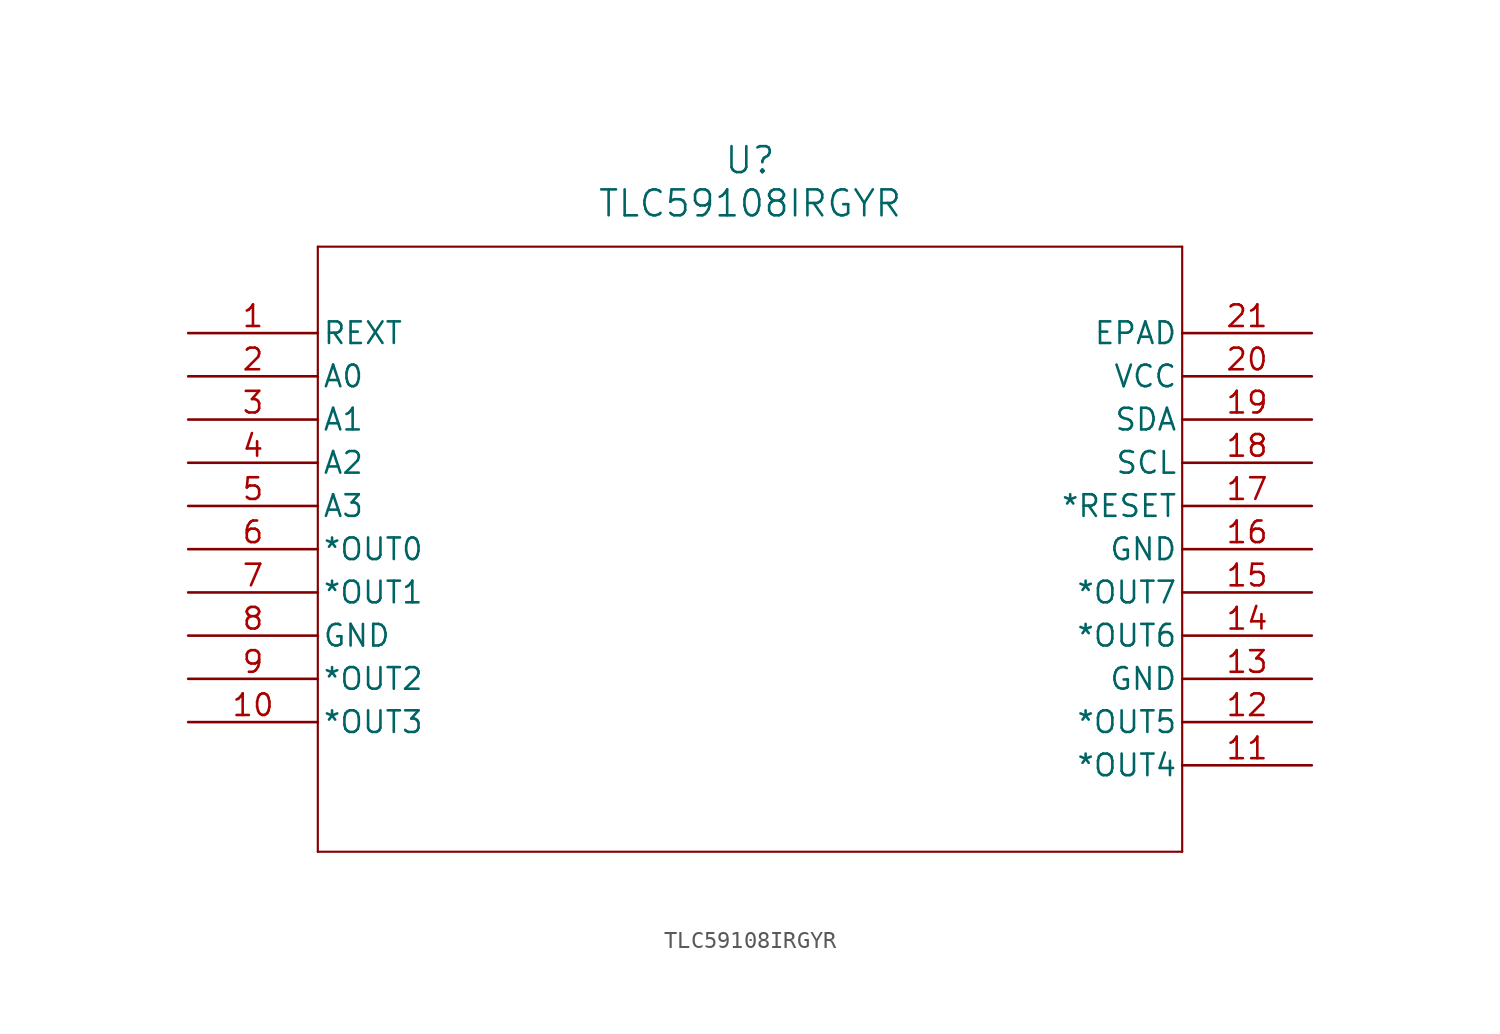
<source format=kicad_sym>
(kicad_symbol_lib
  (version 20211014)
  (generator kicad_symbol_editor)
  (symbol "TLC59108IRGYR"
    (pin_names
      (offset 0.254))
    (property "Reference" "U"
      (at 33.02 10.16 0)
      (effects (font (size 1.524 1.524))))
    (property "Value" "TLC59108IRGYR"
      (at 33.02 7.62 0)
      (effects (font (size 1.524 1.524))))
    (symbol "TLC59108IRGYR_0_1"
      (polyline (pts (xy 7.62 5.08) (xy 7.62 -30.48)) (stroke (width 0.127) (type default) (color 0 0 0 0)) (fill (type none)))
      (polyline (pts (xy 7.62 -30.48) (xy 58.42 -30.48)) (stroke (width 0.127) (type default) (color 0 0 0 0)) (fill (type none)))
      (polyline (pts (xy 58.42 -30.48) (xy 58.42 5.08)) (stroke (width 0.127) (type default) (color 0 0 0 0)) (fill (type none)))
      (polyline (pts (xy 58.42 5.08) (xy 7.62 5.08)) (stroke (width 0.127) (type default) (color 0 0 0 0)) (fill (type none)))
      (pin input line (at 0 0 0) (length 7.62) (name "REXT" (effects (font (size 1.27 1.27)))) (number "1" (effects (font (size 1.27 1.27)))))
      (pin input line (at 0 -2.54 0) (length 7.62) (name "A0" (effects (font (size 1.27 1.27)))) (number "2" (effects (font (size 1.27 1.27)))))
      (pin input line (at 0 -5.08 0) (length 7.62) (name "A1" (effects (font (size 1.27 1.27)))) (number "3" (effects (font (size 1.27 1.27)))))
      (pin input line (at 0 -7.62 0) (length 7.62) (name "A2" (effects (font (size 1.27 1.27)))) (number "4" (effects (font (size 1.27 1.27)))))
      (pin input line (at 0 -10.16 0) (length 7.62) (name "A3" (effects (font (size 1.27 1.27)))) (number "5" (effects (font (size 1.27 1.27)))))
      (pin output line (at 0 -12.7 0) (length 7.62) (name "*OUT0" (effects (font (size 1.27 1.27)))) (number "6" (effects (font (size 1.27 1.27)))))
      (pin output line (at 0 -15.24 0) (length 7.62) (name "*OUT1" (effects (font (size 1.27 1.27)))) (number "7" (effects (font (size 1.27 1.27)))))
      (pin power_in line (at 0 -17.78 0) (length 7.62) (name "GND" (effects (font (size 1.27 1.27)))) (number "8" (effects (font (size 1.27 1.27)))))
      (pin output line (at 0 -20.32 0) (length 7.62) (name "*OUT2" (effects (font (size 1.27 1.27)))) (number "9" (effects (font (size 1.27 1.27)))))
      (pin output line (at 0 -22.86 0) (length 7.62) (name "*OUT3" (effects (font (size 1.27 1.27)))) (number "10" (effects (font (size 1.27 1.27)))))
      (pin output line (at 66.04 -25.4 180) (length 7.62) (name "*OUT4" (effects (font (size 1.27 1.27)))) (number "11" (effects (font (size 1.27 1.27)))))
      (pin output line (at 66.04 -22.86 180) (length 7.62) (name "*OUT5" (effects (font (size 1.27 1.27)))) (number "12" (effects (font (size 1.27 1.27)))))
      (pin power_in line (at 66.04 -20.32 180) (length 7.62) (name "GND" (effects (font (size 1.27 1.27)))) (number "13" (effects (font (size 1.27 1.27)))))
      (pin output line (at 66.04 -17.78 180) (length 7.62) (name "*OUT6" (effects (font (size 1.27 1.27)))) (number "14" (effects (font (size 1.27 1.27)))))
      (pin output line (at 66.04 -15.24 180) (length 7.62) (name "*OUT7" (effects (font (size 1.27 1.27)))) (number "15" (effects (font (size 1.27 1.27)))))
      (pin power_in line (at 66.04 -12.7 180) (length 7.62) (name "GND" (effects (font (size 1.27 1.27)))) (number "16" (effects (font (size 1.27 1.27)))))
      (pin input line (at 66.04 -10.16 180) (length 7.62) (name "*RESET" (effects (font (size 1.27 1.27)))) (number "17" (effects (font (size 1.27 1.27)))))
      (pin input line (at 66.04 -7.62 180) (length 7.62) (name "SCL" (effects (font (size 1.27 1.27)))) (number "18" (effects (font (size 1.27 1.27)))))
      (pin bidirectional line (at 66.04 -5.08 180) (length 7.62) (name "SDA" (effects (font (size 1.27 1.27)))) (number "19" (effects (font (size 1.27 1.27)))))
      (pin power_in line (at 66.04 -2.54 180) (length 7.62) (name "VCC" (effects (font (size 1.27 1.27)))) (number "20" (effects (font (size 1.27 1.27)))))
      (pin unspecified line (at 66.04 0 180) (length 7.62) (name "EPAD" (effects (font (size 1.27 1.27)))) (number "21" (effects (font (size 1.27 1.27))))))))
</source>
